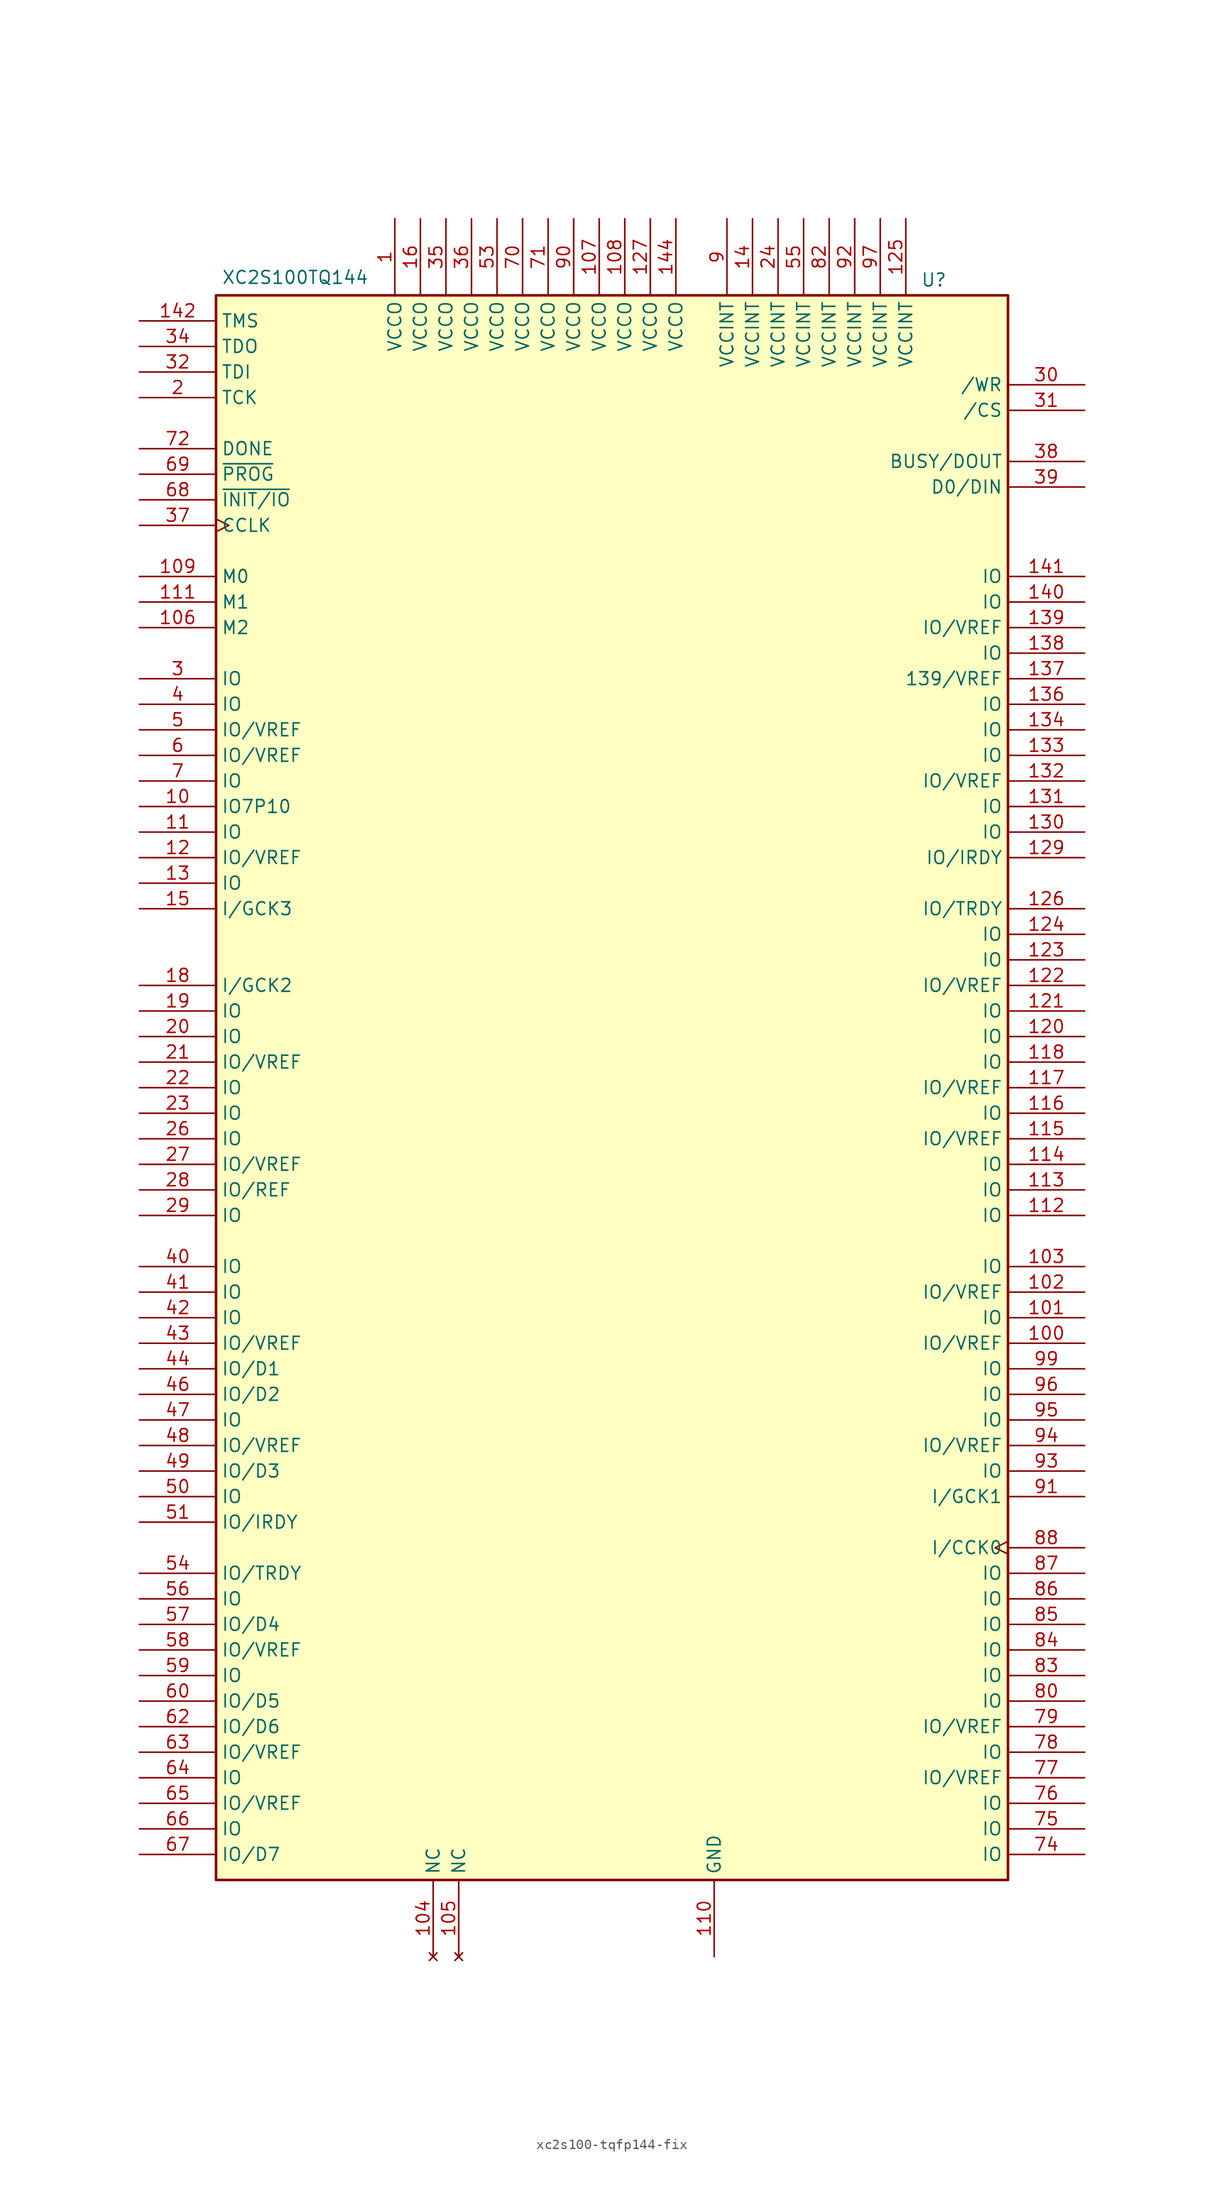
<source format=kicad_sym>
(kicad_symbol_lib
  (version 20241209)
  (generator "kicad_symbol_editor")
  (generator_version "9.0")
  (symbol "xc2s100-tqfp144-fix"
    (property "Reference" "U"
      (at 32.004 84.074 0)
      (effects (font (size 1.27 1.27))))
    (property "Value" "XC2S100TQ144"
      (at -31.496 84.328 0)
      (effects (font (size 1.27 1.27))))
    (symbol "xc2s100-tqfp144-fix_0_1"
      (rectangle (start -39.37 82.55) (end 39.37 -74.93) (stroke (width 0.254) (type default)) (fill (type background))))
    (symbol "xc2s100-tqfp144-fix_1_1"
      (pin input line (at -46.99 80.01 0) (length 7.62) (name "TMS" (effects (font (size 1.27 1.27)))) (number "142" (effects (font (size 1.27 1.27)))))
      (pin output line (at -46.99 77.47 0) (length 7.62) (name "TDO" (effects (font (size 1.27 1.27)))) (number "34" (effects (font (size 1.27 1.27)))))
      (pin input line (at -46.99 74.93 0) (length 7.62) (name "TDI" (effects (font (size 1.27 1.27)))) (number "32" (effects (font (size 1.27 1.27)))))
      (pin input line (at -46.99 72.39 0) (length 7.62) (name "TCK" (effects (font (size 1.27 1.27)))) (number "2" (effects (font (size 1.27 1.27)))))
      (pin open_collector line (at -46.99 67.31 0) (length 7.62) (name "DONE" (effects (font (size 1.27 1.27)))) (number "72" (effects (font (size 1.27 1.27)))))
      (pin input line (at -46.99 64.77 0) (length 7.62) (name "~{PROG}" (effects (font (size 1.27 1.27)))) (number "69" (effects (font (size 1.27 1.27)))))
      (pin bidirectional line (at -46.99 62.23 0) (length 7.62) (name "~{INIT/IO}" (effects (font (size 1.27 1.27)))) (number "68" (effects (font (size 1.27 1.27)))))
      (pin input clock (at -46.99 59.69 0) (length 7.62) (name "CCLK" (effects (font (size 1.27 1.27)))) (number "37" (effects (font (size 1.27 1.27)))))
      (pin input line (at -46.99 54.61 0) (length 7.62) (name "M0" (effects (font (size 1.27 1.27)))) (number "109" (effects (font (size 1.27 1.27)))))
      (pin input line (at -46.99 52.07 0) (length 7.62) (name "M1" (effects (font (size 1.27 1.27)))) (number "111" (effects (font (size 1.27 1.27)))))
      (pin input line (at -46.99 49.53 0) (length 7.62) (name "M2" (effects (font (size 1.27 1.27)))) (number "106" (effects (font (size 1.27 1.27)))))
      (pin bidirectional line (at -46.99 44.45 0) (length 7.62) (name "IO" (effects (font (size 1.27 1.27)))) (number "3" (effects (font (size 1.27 1.27)))))
      (pin bidirectional line (at -46.99 41.91 0) (length 7.62) (name "IO" (effects (font (size 1.27 1.27)))) (number "4" (effects (font (size 1.27 1.27)))))
      (pin bidirectional line (at -46.99 39.37 0) (length 7.62) (name "IO/VREF" (effects (font (size 1.27 1.27)))) (number "5" (effects (font (size 1.27 1.27)))))
      (pin bidirectional line (at -46.99 36.83 0) (length 7.62) (name "IO/VREF" (effects (font (size 1.27 1.27)))) (number "6" (effects (font (size 1.27 1.27)))))
      (pin bidirectional line (at -46.99 34.29 0) (length 7.62) (name "IO" (effects (font (size 1.27 1.27)))) (number "7" (effects (font (size 1.27 1.27)))))
      (pin bidirectional line (at -46.99 31.75 0) (length 7.62) (name "IO7P10" (effects (font (size 1.27 1.27)))) (number "10" (effects (font (size 1.27 1.27)))))
      (pin bidirectional line (at -46.99 29.21 0) (length 7.62) (name "IO" (effects (font (size 1.27 1.27)))) (number "11" (effects (font (size 1.27 1.27)))))
      (pin bidirectional line (at -46.99 26.67 0) (length 7.62) (name "IO/VREF" (effects (font (size 1.27 1.27)))) (number "12" (effects (font (size 1.27 1.27)))))
      (pin bidirectional line (at -46.99 24.13 0) (length 7.62) (name "IO" (effects (font (size 1.27 1.27)))) (number "13" (effects (font (size 1.27 1.27)))))
      (pin input line (at -46.99 21.59 0) (length 7.62) (name "I/GCK3" (effects (font (size 1.27 1.27)))) (number "15" (effects (font (size 1.27 1.27)))))
      (pin input line (at -46.99 13.97 0) (length 7.62) (name "I/GCK2" (effects (font (size 1.27 1.27)))) (number "18" (effects (font (size 1.27 1.27)))))
      (pin bidirectional line (at -46.99 11.43 0) (length 7.62) (name "IO" (effects (font (size 1.27 1.27)))) (number "19" (effects (font (size 1.27 1.27)))))
      (pin bidirectional line (at -46.99 8.89 0) (length 7.62) (name "IO" (effects (font (size 1.27 1.27)))) (number "20" (effects (font (size 1.27 1.27)))))
      (pin bidirectional line (at -46.99 6.35 0) (length 7.62) (name "IO/VREF" (effects (font (size 1.27 1.27)))) (number "21" (effects (font (size 1.27 1.27)))))
      (pin bidirectional line (at -46.99 3.81 0) (length 7.62) (name "IO" (effects (font (size 1.27 1.27)))) (number "22" (effects (font (size 1.27 1.27)))))
      (pin bidirectional line (at -46.99 1.27 0) (length 7.62) (name "IO" (effects (font (size 1.27 1.27)))) (number "23" (effects (font (size 1.27 1.27)))))
      (pin bidirectional line (at -46.99 -1.27 0) (length 7.62) (name "IO" (effects (font (size 1.27 1.27)))) (number "26" (effects (font (size 1.27 1.27)))))
      (pin bidirectional line (at -46.99 -3.81 0) (length 7.62) (name "IO/VREF" (effects (font (size 1.27 1.27)))) (number "27" (effects (font (size 1.27 1.27)))))
      (pin bidirectional line (at -46.99 -6.35 0) (length 7.62) (name "IO/REF" (effects (font (size 1.27 1.27)))) (number "28" (effects (font (size 1.27 1.27)))))
      (pin bidirectional line (at -46.99 -8.89 0) (length 7.62) (name "IO" (effects (font (size 1.27 1.27)))) (number "29" (effects (font (size 1.27 1.27)))))
      (pin bidirectional line (at -46.99 -13.97 0) (length 7.62) (name "IO" (effects (font (size 1.27 1.27)))) (number "40" (effects (font (size 1.27 1.27)))))
      (pin bidirectional line (at -46.99 -16.51 0) (length 7.62) (name "IO" (effects (font (size 1.27 1.27)))) (number "41" (effects (font (size 1.27 1.27)))))
      (pin bidirectional line (at -46.99 -19.05 0) (length 7.62) (name "IO" (effects (font (size 1.27 1.27)))) (number "42" (effects (font (size 1.27 1.27)))))
      (pin bidirectional line (at -46.99 -21.59 0) (length 7.62) (name "IO/VREF" (effects (font (size 1.27 1.27)))) (number "43" (effects (font (size 1.27 1.27)))))
      (pin bidirectional line (at -46.99 -24.13 0) (length 7.62) (name "IO/D1" (effects (font (size 1.27 1.27)))) (number "44" (effects (font (size 1.27 1.27)))))
      (pin bidirectional line (at -46.99 -26.67 0) (length 7.62) (name "IO/D2" (effects (font (size 1.27 1.27)))) (number "46" (effects (font (size 1.27 1.27)))))
      (pin bidirectional line (at -46.99 -29.21 0) (length 7.62) (name "IO" (effects (font (size 1.27 1.27)))) (number "47" (effects (font (size 1.27 1.27)))))
      (pin bidirectional line (at -46.99 -31.75 0) (length 7.62) (name "IO/VREF" (effects (font (size 1.27 1.27)))) (number "48" (effects (font (size 1.27 1.27)))))
      (pin bidirectional line (at -46.99 -34.29 0) (length 7.62) (name "IO/D3" (effects (font (size 1.27 1.27)))) (number "49" (effects (font (size 1.27 1.27)))))
      (pin bidirectional line (at -46.99 -36.83 0) (length 7.62) (name "IO" (effects (font (size 1.27 1.27)))) (number "50" (effects (font (size 1.27 1.27)))))
      (pin bidirectional line (at -46.99 -39.37 0) (length 7.62) (name "IO/IRDY" (effects (font (size 1.27 1.27)))) (number "51" (effects (font (size 1.27 1.27)))))
      (pin bidirectional line (at -46.99 -44.45 0) (length 7.62) (name "IO/TRDY" (effects (font (size 1.27 1.27)))) (number "54" (effects (font (size 1.27 1.27)))))
      (pin bidirectional line (at -46.99 -46.99 0) (length 7.62) (name "IO" (effects (font (size 1.27 1.27)))) (number "56" (effects (font (size 1.27 1.27)))))
      (pin bidirectional line (at -46.99 -49.53 0) (length 7.62) (name "IO/D4" (effects (font (size 1.27 1.27)))) (number "57" (effects (font (size 1.27 1.27)))))
      (pin bidirectional line (at -46.99 -52.07 0) (length 7.62) (name "IO/VREF" (effects (font (size 1.27 1.27)))) (number "58" (effects (font (size 1.27 1.27)))))
      (pin bidirectional line (at -46.99 -54.61 0) (length 7.62) (name "IO" (effects (font (size 1.27 1.27)))) (number "59" (effects (font (size 1.27 1.27)))))
      (pin bidirectional line (at -46.99 -57.15 0) (length 7.62) (name "IO/D5" (effects (font (size 1.27 1.27)))) (number "60" (effects (font (size 1.27 1.27)))))
      (pin bidirectional line (at -46.99 -59.69 0) (length 7.62) (name "IO/D6" (effects (font (size 1.27 1.27)))) (number "62" (effects (font (size 1.27 1.27)))))
      (pin bidirectional line (at -46.99 -62.23 0) (length 7.62) (name "IO/VREF" (effects (font (size 1.27 1.27)))) (number "63" (effects (font (size 1.27 1.27)))))
      (pin bidirectional line (at -46.99 -64.77 0) (length 7.62) (name "IO" (effects (font (size 1.27 1.27)))) (number "64" (effects (font (size 1.27 1.27)))))
      (pin bidirectional line (at -46.99 -67.31 0) (length 7.62) (name "IO/VREF" (effects (font (size 1.27 1.27)))) (number "65" (effects (font (size 1.27 1.27)))))
      (pin bidirectional line (at -46.99 -69.85 0) (length 7.62) (name "IO" (effects (font (size 1.27 1.27)))) (number "66" (effects (font (size 1.27 1.27)))))
      (pin bidirectional line (at -46.99 -72.39 0) (length 7.62) (name "IO/D7" (effects (font (size 1.27 1.27)))) (number "67" (effects (font (size 1.27 1.27)))))
      (pin power_in line (at -21.59 90.17 270) (length 7.62) (name "VCCO" (effects (font (size 1.27 1.27)))) (number "1" (effects (font (size 1.27 1.27)))))
      (pin power_in line (at -19.05 90.17 270) (length 7.62) (name "VCCO" (effects (font (size 1.27 1.27)))) (number "16" (effects (font (size 1.27 1.27)))))
      (pin no_connect line (at -17.78 -82.55 90) (length 7.62) (name "NC" (effects (font (size 1.27 1.27)))) (number "104" (effects (font (size 1.27 1.27)))))
      (pin power_in line (at -16.51 90.17 270) (length 7.62) (name "VCCO" (effects (font (size 1.27 1.27)))) (number "35" (effects (font (size 1.27 1.27)))))
      (pin no_connect line (at -15.24 -82.55 90) (length 7.62) (name "NC" (effects (font (size 1.27 1.27)))) (number "105" (effects (font (size 1.27 1.27)))))
      (pin power_in line (at -13.97 90.17 270) (length 7.62) (name "VCCO" (effects (font (size 1.27 1.27)))) (number "36" (effects (font (size 1.27 1.27)))))
      (pin power_in line (at -11.43 90.17 270) (length 7.62) (name "VCCO" (effects (font (size 1.27 1.27)))) (number "53" (effects (font (size 1.27 1.27)))))
      (pin power_in line (at -8.89 90.17 270) (length 7.62) (name "VCCO" (effects (font (size 1.27 1.27)))) (number "70" (effects (font (size 1.27 1.27)))))
      (pin power_in line (at -6.35 90.17 270) (length 7.62) (name "VCCO" (effects (font (size 1.27 1.27)))) (number "71" (effects (font (size 1.27 1.27)))))
      (pin power_in line (at -3.81 90.17 270) (length 7.62) (name "VCCO" (effects (font (size 1.27 1.27)))) (number "90" (effects (font (size 1.27 1.27)))))
      (pin power_in line (at -1.27 90.17 270) (length 7.62) (name "VCCO" (effects (font (size 1.27 1.27)))) (number "107" (effects (font (size 1.27 1.27)))))
      (pin power_in line (at 1.27 90.17 270) (length 7.62) (name "VCCO" (effects (font (size 1.27 1.27)))) (number "108" (effects (font (size 1.27 1.27)))))
      (pin power_in line (at 3.81 90.17 270) (length 7.62) (name "VCCO" (effects (font (size 1.27 1.27)))) (number "127" (effects (font (size 1.27 1.27)))))
      (pin passive line (at 6.35 90.17 270) (length 7.62) (name "VCCO" (effects (font (size 1.27 1.27)))) (number "144" (effects (font (size 1.27 1.27)))))
      (pin power_in line (at 10.16 -82.55 90) (length 7.62) (name "GND" (effects (font (size 1.27 1.27)))) (number "110" (effects (font (size 1.27 1.27)))))
      (pin passive line (at 10.16 -82.55 90) (length 7.62) (hide yes) (name "GND" (effects (font (size 1.27 1.27)))) (number "119" (effects (font (size 1.27 1.27)))))
      (pin passive line (at 10.16 -82.55 90) (length 7.62) (hide yes) (name "GND" (effects (font (size 1.27 1.27)))) (number "128" (effects (font (size 1.27 1.27)))))
      (pin passive line (at 10.16 -82.55 90) (length 7.62) (hide yes) (name "GND" (effects (font (size 1.27 1.27)))) (number "135" (effects (font (size 1.27 1.27)))))
      (pin passive line (at 10.16 -82.55 90) (length 7.62) (hide yes) (name "GND" (effects (font (size 1.27 1.27)))) (number "143" (effects (font (size 1.27 1.27)))))
      (pin passive line (at 10.16 -82.55 90) (length 7.62) (hide yes) (name "GND" (effects (font (size 1.27 1.27)))) (number "17" (effects (font (size 1.27 1.27)))))
      (pin passive line (at 10.16 -82.55 90) (length 7.62) (hide yes) (name "GND" (effects (font (size 1.27 1.27)))) (number "25" (effects (font (size 1.27 1.27)))))
      (pin passive line (at 10.16 -82.55 90) (length 7.62) (hide yes) (name "GND" (effects (font (size 1.27 1.27)))) (number "33" (effects (font (size 1.27 1.27)))))
      (pin passive line (at 10.16 -82.55 90) (length 7.62) (hide yes) (name "GND" (effects (font (size 1.27 1.27)))) (number "45" (effects (font (size 1.27 1.27)))))
      (pin passive line (at 10.16 -82.55 90) (length 7.62) (hide yes) (name "GND" (effects (font (size 1.27 1.27)))) (number "52" (effects (font (size 1.27 1.27)))))
      (pin passive line (at 10.16 -82.55 90) (length 7.62) (hide yes) (name "GND" (effects (font (size 1.27 1.27)))) (number "61" (effects (font (size 1.27 1.27)))))
      (pin passive line (at 10.16 -82.55 90) (length 7.62) (hide yes) (name "GND" (effects (font (size 1.27 1.27)))) (number "73" (effects (font (size 1.27 1.27)))))
      (pin passive line (at 10.16 -82.55 90) (length 7.62) (hide yes) (name "GND" (effects (font (size 1.27 1.27)))) (number "8" (effects (font (size 1.27 1.27)))))
      (pin passive line (at 10.16 -82.55 90) (length 7.62) (hide yes) (name "GND" (effects (font (size 1.27 1.27)))) (number "81" (effects (font (size 1.27 1.27)))))
      (pin passive line (at 10.16 -82.55 90) (length 7.62) (hide yes) (name "GND" (effects (font (size 1.27 1.27)))) (number "89" (effects (font (size 1.27 1.27)))))
      (pin passive line (at 10.16 -82.55 90) (length 7.62) (hide yes) (name "GND" (effects (font (size 1.27 1.27)))) (number "98" (effects (font (size 1.27 1.27)))))
      (pin power_in line (at 11.43 90.17 270) (length 7.62) (name "VCCINT" (effects (font (size 1.27 1.27)))) (number "9" (effects (font (size 1.27 1.27)))))
      (pin power_in line (at 13.97 90.17 270) (length 7.62) (name "VCCINT" (effects (font (size 1.27 1.27)))) (number "14" (effects (font (size 1.27 1.27)))))
      (pin power_in line (at 16.51 90.17 270) (length 7.62) (name "VCCINT" (effects (font (size 1.27 1.27)))) (number "24" (effects (font (size 1.27 1.27)))))
      (pin power_in line (at 19.05 90.17 270) (length 7.62) (name "VCCINT" (effects (font (size 1.27 1.27)))) (number "55" (effects (font (size 1.27 1.27)))))
      (pin power_in line (at 21.59 90.17 270) (length 7.62) (name "VCCINT" (effects (font (size 1.27 1.27)))) (number "82" (effects (font (size 1.27 1.27)))))
      (pin power_in line (at 24.13 90.17 270) (length 7.62) (name "VCCINT" (effects (font (size 1.27 1.27)))) (number "92" (effects (font (size 1.27 1.27)))))
      (pin power_in line (at 26.67 90.17 270) (length 7.62) (name "VCCINT" (effects (font (size 1.27 1.27)))) (number "97" (effects (font (size 1.27 1.27)))))
      (pin power_in line (at 29.21 90.17 270) (length 7.62) (name "VCCINT" (effects (font (size 1.27 1.27)))) (number "125" (effects (font (size 1.27 1.27)))))
      (pin bidirectional line (at 46.99 73.66 180) (length 7.62) (name "/WR" (effects (font (size 1.27 1.27)))) (number "30" (effects (font (size 1.27 1.27)))))
      (pin bidirectional line (at 46.99 71.12 180) (length 7.62) (name "/CS" (effects (font (size 1.27 1.27)))) (number "31" (effects (font (size 1.27 1.27)))))
      (pin output line (at 46.99 66.04 180) (length 7.62) (name "BUSY/DOUT" (effects (font (size 1.27 1.27)))) (number "38" (effects (font (size 1.27 1.27)))))
      (pin bidirectional line (at 46.99 63.5 180) (length 7.62) (name "D0/DIN" (effects (font (size 1.27 1.27)))) (number "39" (effects (font (size 1.27 1.27)))))
      (pin bidirectional line (at 46.99 54.61 180) (length 7.62) (name "IO" (effects (font (size 1.27 1.27)))) (number "141" (effects (font (size 1.27 1.27)))))
      (pin bidirectional line (at 46.99 52.07 180) (length 7.62) (name "IO" (effects (font (size 1.27 1.27)))) (number "140" (effects (font (size 1.27 1.27)))))
      (pin bidirectional line (at 46.99 49.53 180) (length 7.62) (name "IO/VREF" (effects (font (size 1.27 1.27)))) (number "139" (effects (font (size 1.27 1.27)))))
      (pin bidirectional line (at 46.99 46.99 180) (length 7.62) (name "IO" (effects (font (size 1.27 1.27)))) (number "138" (effects (font (size 1.27 1.27)))))
      (pin bidirectional line (at 46.99 44.45 180) (length 7.62) (name "139/VREF" (effects (font (size 1.27 1.27)))) (number "137" (effects (font (size 1.27 1.27)))))
      (pin bidirectional line (at 46.99 41.91 180) (length 7.62) (name "IO" (effects (font (size 1.27 1.27)))) (number "136" (effects (font (size 1.27 1.27)))))
      (pin bidirectional line (at 46.99 39.37 180) (length 7.62) (name "IO" (effects (font (size 1.27 1.27)))) (number "134" (effects (font (size 1.27 1.27)))))
      (pin bidirectional line (at 46.99 36.83 180) (length 7.62) (name "IO" (effects (font (size 1.27 1.27)))) (number "133" (effects (font (size 1.27 1.27)))))
      (pin bidirectional line (at 46.99 34.29 180) (length 7.62) (name "IO/VREF" (effects (font (size 1.27 1.27)))) (number "132" (effects (font (size 1.27 1.27)))))
      (pin bidirectional line (at 46.99 31.75 180) (length 7.62) (name "IO" (effects (font (size 1.27 1.27)))) (number "131" (effects (font (size 1.27 1.27)))))
      (pin bidirectional line (at 46.99 29.21 180) (length 7.62) (name "IO" (effects (font (size 1.27 1.27)))) (number "130" (effects (font (size 1.27 1.27)))))
      (pin bidirectional line (at 46.99 26.67 180) (length 7.62) (name "IO/IRDY" (effects (font (size 1.27 1.27)))) (number "129" (effects (font (size 1.27 1.27)))))
      (pin bidirectional line (at 46.99 21.59 180) (length 7.62) (name "IO/TRDY" (effects (font (size 1.27 1.27)))) (number "126" (effects (font (size 1.27 1.27)))))
      (pin bidirectional line (at 46.99 19.05 180) (length 7.62) (name "IO" (effects (font (size 1.27 1.27)))) (number "124" (effects (font (size 1.27 1.27)))))
      (pin bidirectional line (at 46.99 16.51 180) (length 7.62) (name "IO" (effects (font (size 1.27 1.27)))) (number "123" (effects (font (size 1.27 1.27)))))
      (pin bidirectional line (at 46.99 13.97 180) (length 7.62) (name "IO/VREF" (effects (font (size 1.27 1.27)))) (number "122" (effects (font (size 1.27 1.27)))))
      (pin bidirectional line (at 46.99 11.43 180) (length 7.62) (name "IO" (effects (font (size 1.27 1.27)))) (number "121" (effects (font (size 1.27 1.27)))))
      (pin bidirectional line (at 46.99 8.89 180) (length 7.62) (name "IO" (effects (font (size 1.27 1.27)))) (number "120" (effects (font (size 1.27 1.27)))))
      (pin bidirectional line (at 46.99 6.35 180) (length 7.62) (name "IO" (effects (font (size 1.27 1.27)))) (number "118" (effects (font (size 1.27 1.27)))))
      (pin bidirectional line (at 46.99 3.81 180) (length 7.62) (name "IO/VREF" (effects (font (size 1.27 1.27)))) (number "117" (effects (font (size 1.27 1.27)))))
      (pin bidirectional line (at 46.99 1.27 180) (length 7.62) (name "IO" (effects (font (size 1.27 1.27)))) (number "116" (effects (font (size 1.27 1.27)))))
      (pin bidirectional line (at 46.99 -1.27 180) (length 7.62) (name "IO/VREF" (effects (font (size 1.27 1.27)))) (number "115" (effects (font (size 1.27 1.27)))))
      (pin bidirectional line (at 46.99 -3.81 180) (length 7.62) (name "IO" (effects (font (size 1.27 1.27)))) (number "114" (effects (font (size 1.27 1.27)))))
      (pin bidirectional line (at 46.99 -6.35 180) (length 7.62) (name "IO" (effects (font (size 1.27 1.27)))) (number "113" (effects (font (size 1.27 1.27)))))
      (pin bidirectional line (at 46.99 -8.89 180) (length 7.62) (name "IO" (effects (font (size 1.27 1.27)))) (number "112" (effects (font (size 1.27 1.27)))))
      (pin bidirectional line (at 46.99 -13.97 180) (length 7.62) (name "IO" (effects (font (size 1.27 1.27)))) (number "103" (effects (font (size 1.27 1.27)))))
      (pin bidirectional line (at 46.99 -16.51 180) (length 7.62) (name "IO/VREF" (effects (font (size 1.27 1.27)))) (number "102" (effects (font (size 1.27 1.27)))))
      (pin bidirectional line (at 46.99 -19.05 180) (length 7.62) (name "IO" (effects (font (size 1.27 1.27)))) (number "101" (effects (font (size 1.27 1.27)))))
      (pin bidirectional line (at 46.99 -21.59 180) (length 7.62) (name "IO/VREF" (effects (font (size 1.27 1.27)))) (number "100" (effects (font (size 1.27 1.27)))))
      (pin bidirectional line (at 46.99 -24.13 180) (length 7.62) (name "IO" (effects (font (size 1.27 1.27)))) (number "99" (effects (font (size 1.27 1.27)))))
      (pin bidirectional line (at 46.99 -26.67 180) (length 7.62) (name "IO" (effects (font (size 1.27 1.27)))) (number "96" (effects (font (size 1.27 1.27)))))
      (pin bidirectional line (at 46.99 -29.21 180) (length 7.62) (name "IO" (effects (font (size 1.27 1.27)))) (number "95" (effects (font (size 1.27 1.27)))))
      (pin bidirectional line (at 46.99 -31.75 180) (length 7.62) (name "IO/VREF" (effects (font (size 1.27 1.27)))) (number "94" (effects (font (size 1.27 1.27)))))
      (pin bidirectional line (at 46.99 -34.29 180) (length 7.62) (name "IO" (effects (font (size 1.27 1.27)))) (number "93" (effects (font (size 1.27 1.27)))))
      (pin input line (at 46.99 -36.83 180) (length 7.62) (name "I/GCK1" (effects (font (size 1.27 1.27)))) (number "91" (effects (font (size 1.27 1.27)))))
      (pin input clock (at 46.99 -41.91 180) (length 7.62) (name "I/CCK0" (effects (font (size 1.27 1.27)))) (number "88" (effects (font (size 1.27 1.27)))))
      (pin bidirectional line (at 46.99 -44.45 180) (length 7.62) (name "IO" (effects (font (size 1.27 1.27)))) (number "87" (effects (font (size 1.27 1.27)))))
      (pin bidirectional line (at 46.99 -46.99 180) (length 7.62) (name "IO" (effects (font (size 1.27 1.27)))) (number "86" (effects (font (size 1.27 1.27)))))
      (pin bidirectional line (at 46.99 -49.53 180) (length 7.62) (name "IO" (effects (font (size 1.27 1.27)))) (number "85" (effects (font (size 1.27 1.27)))))
      (pin bidirectional line (at 46.99 -52.07 180) (length 7.62) (name "IO" (effects (font (size 1.27 1.27)))) (number "84" (effects (font (size 1.27 1.27)))))
      (pin bidirectional line (at 46.99 -54.61 180) (length 7.62) (name "IO" (effects (font (size 1.27 1.27)))) (number "83" (effects (font (size 1.27 1.27)))))
      (pin bidirectional line (at 46.99 -57.15 180) (length 7.62) (name "IO" (effects (font (size 1.27 1.27)))) (number "80" (effects (font (size 1.27 1.27)))))
      (pin bidirectional line (at 46.99 -59.69 180) (length 7.62) (name "IO/VREF" (effects (font (size 1.27 1.27)))) (number "79" (effects (font (size 1.27 1.27)))))
      (pin bidirectional line (at 46.99 -62.23 180) (length 7.62) (name "IO" (effects (font (size 1.27 1.27)))) (number "78" (effects (font (size 1.27 1.27)))))
      (pin bidirectional line (at 46.99 -64.77 180) (length 7.62) (name "IO/VREF" (effects (font (size 1.27 1.27)))) (number "77" (effects (font (size 1.27 1.27)))))
      (pin bidirectional line (at 46.99 -67.31 180) (length 7.62) (name "IO" (effects (font (size 1.27 1.27)))) (number "76" (effects (font (size 1.27 1.27)))))
      (pin bidirectional line (at 46.99 -69.85 180) (length 7.62) (name "IO" (effects (font (size 1.27 1.27)))) (number "75" (effects (font (size 1.27 1.27)))))
      (pin bidirectional line (at 46.99 -72.39 180) (length 7.62) (name "IO" (effects (font (size 1.27 1.27)))) (number "74" (effects (font (size 1.27 1.27))))))))
</source>
